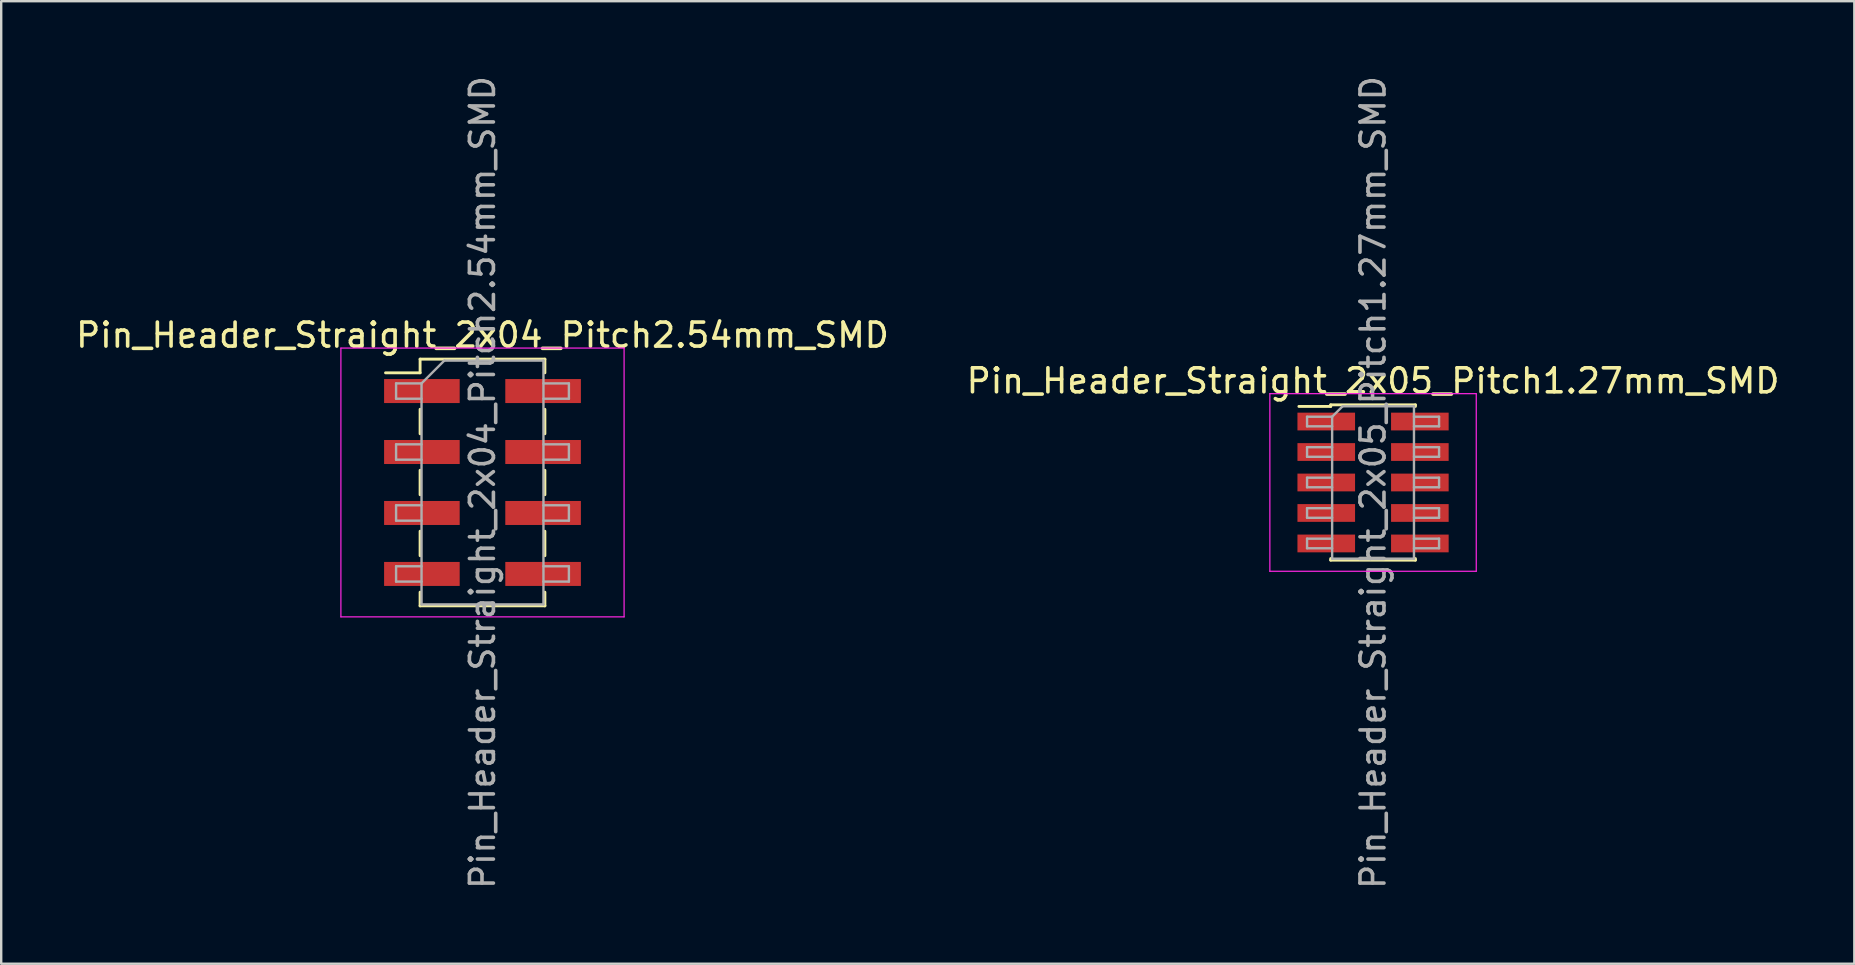
<source format=kicad_pcb>
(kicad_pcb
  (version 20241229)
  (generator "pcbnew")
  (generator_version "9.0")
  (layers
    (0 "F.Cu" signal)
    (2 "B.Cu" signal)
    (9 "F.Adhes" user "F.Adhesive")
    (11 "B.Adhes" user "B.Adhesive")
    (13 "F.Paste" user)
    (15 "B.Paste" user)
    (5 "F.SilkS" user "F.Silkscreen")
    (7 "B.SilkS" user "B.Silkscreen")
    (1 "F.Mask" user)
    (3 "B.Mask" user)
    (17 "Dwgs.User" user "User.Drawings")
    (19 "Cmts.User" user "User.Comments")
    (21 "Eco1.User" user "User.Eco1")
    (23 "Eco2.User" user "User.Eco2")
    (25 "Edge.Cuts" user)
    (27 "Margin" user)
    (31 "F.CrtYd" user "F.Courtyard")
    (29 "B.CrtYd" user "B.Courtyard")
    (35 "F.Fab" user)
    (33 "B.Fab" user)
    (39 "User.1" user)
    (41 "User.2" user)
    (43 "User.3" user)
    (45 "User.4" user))
  (footprint "Pin_Header_Straight_2x04_Pitch2.54mm_SMD"
    (layer "F.Cu")
    (at 17.054 17.054)
    (property "Reference" "Pin_Header_Straight_2x04_Pitch2.54mm_SMD" (at 0 -6.14 0) (layer "F.SilkS") (effects (font (size 1 1) (thickness 0.15))))
    (attr smd)
    (fp_line (start -4.04 -4.57) (end -2.6 -4.57) (stroke (width 0.12) (type solid)) (layer "F.SilkS"))
    (fp_line (start -2.6 -5.14) (end -2.6 -4.57) (stroke (width 0.12) (type solid)) (layer "F.SilkS"))
    (fp_line (start -2.6 -5.14) (end 2.6 -5.14) (stroke (width 0.12) (type solid)) (layer "F.SilkS"))
    (fp_line (start -2.6 -3.05) (end -2.6 -2.03) (stroke (width 0.12) (type solid)) (layer "F.SilkS"))
    (fp_line (start -2.6 -0.51) (end -2.6 0.51) (stroke (width 0.12) (type solid)) (layer "F.SilkS"))
    (fp_line (start -2.6 2.03) (end -2.6 3.05) (stroke (width 0.12) (type solid)) (layer "F.SilkS"))
    (fp_line (start -2.6 4.57) (end -2.6 5.14) (stroke (width 0.12) (type solid)) (layer "F.SilkS"))
    (fp_line (start -2.6 5.14) (end 2.6 5.14) (stroke (width 0.12) (type solid)) (layer "F.SilkS"))
    (fp_line (start 2.6 -5.14) (end 2.6 -4.57) (stroke (width 0.12) (type solid)) (layer "F.SilkS"))
    (fp_line (start 2.6 -3.05) (end 2.6 -2.03) (stroke (width 0.12) (type solid)) (layer "F.SilkS"))
    (fp_line (start 2.6 -0.51) (end 2.6 0.51) (stroke (width 0.12) (type solid)) (layer "F.SilkS"))
    (fp_line (start 2.6 2.03) (end 2.6 3.05) (stroke (width 0.12) (type solid)) (layer "F.SilkS"))
    (fp_line (start 2.6 4.57) (end 2.6 5.14) (stroke (width 0.12) (type solid)) (layer "F.SilkS"))
    (fp_line (start -5.9 -5.6) (end -5.9 5.6) (stroke (width 0.05) (type solid)) (layer "F.CrtYd"))
    (fp_line (start -5.9 5.6) (end 5.9 5.6) (stroke (width 0.05) (type solid)) (layer "F.CrtYd"))
    (fp_line (start 5.9 -5.6) (end -5.9 -5.6) (stroke (width 0.05) (type solid)) (layer "F.CrtYd"))
    (fp_line (start 5.9 5.6) (end 5.9 -5.6) (stroke (width 0.05) (type solid)) (layer "F.CrtYd"))
    (fp_line (start -3.6 -4.13) (end -3.6 -3.49) (stroke (width 0.1) (type solid)) (layer "F.Fab"))
    (fp_line (start -3.6 -3.49) (end -2.54 -3.49) (stroke (width 0.1) (type solid)) (layer "F.Fab"))
    (fp_line (start -3.6 -1.59) (end -3.6 -0.95) (stroke (width 0.1) (type solid)) (layer "F.Fab"))
    (fp_line (start -3.6 -0.95) (end -2.54 -0.95) (stroke (width 0.1) (type solid)) (layer "F.Fab"))
    (fp_line (start -3.6 0.95) (end -3.6 1.59) (stroke (width 0.1) (type solid)) (layer "F.Fab"))
    (fp_line (start -3.6 1.59) (end -2.54 1.59) (stroke (width 0.1) (type solid)) (layer "F.Fab"))
    (fp_line (start -3.6 3.49) (end -3.6 4.13) (stroke (width 0.1) (type solid)) (layer "F.Fab"))
    (fp_line (start -3.6 4.13) (end -2.54 4.13) (stroke (width 0.1) (type solid)) (layer "F.Fab"))
    (fp_line (start -2.54 -4.13) (end -3.6 -4.13) (stroke (width 0.1) (type solid)) (layer "F.Fab"))
    (fp_line (start -2.54 -4.13) (end -1.59 -5.08) (stroke (width 0.1) (type solid)) (layer "F.Fab"))
    (fp_line (start -2.54 -1.59) (end -3.6 -1.59) (stroke (width 0.1) (type solid)) (layer "F.Fab"))
    (fp_line (start -2.54 0.95) (end -3.6 0.95) (stroke (width 0.1) (type solid)) (layer "F.Fab"))
    (fp_line (start -2.54 3.49) (end -3.6 3.49) (stroke (width 0.1) (type solid)) (layer "F.Fab"))
    (fp_line (start -2.54 5.08) (end -2.54 -4.13) (stroke (width 0.1) (type solid)) (layer "F.Fab"))
    (fp_line (start -1.59 -5.08) (end 2.54 -5.08) (stroke (width 0.1) (type solid)) (layer "F.Fab"))
    (fp_line (start 2.54 -5.08) (end 2.54 5.08) (stroke (width 0.1) (type solid)) (layer "F.Fab"))
    (fp_line (start 2.54 -4.13) (end 3.6 -4.13) (stroke (width 0.1) (type solid)) (layer "F.Fab"))
    (fp_line (start 2.54 -1.59) (end 3.6 -1.59) (stroke (width 0.1) (type solid)) (layer "F.Fab"))
    (fp_line (start 2.54 0.95) (end 3.6 0.95) (stroke (width 0.1) (type solid)) (layer "F.Fab"))
    (fp_line (start 2.54 3.49) (end 3.6 3.49) (stroke (width 0.1) (type solid)) (layer "F.Fab"))
    (fp_line (start 2.54 5.08) (end -2.54 5.08) (stroke (width 0.1) (type solid)) (layer "F.Fab"))
    (fp_line (start 3.6 -4.13) (end 3.6 -3.49) (stroke (width 0.1) (type solid)) (layer "F.Fab"))
    (fp_line (start 3.6 -3.49) (end 2.54 -3.49) (stroke (width 0.1) (type solid)) (layer "F.Fab"))
    (fp_line (start 3.6 -1.59) (end 3.6 -0.95) (stroke (width 0.1) (type solid)) (layer "F.Fab"))
    (fp_line (start 3.6 -0.95) (end 2.54 -0.95) (stroke (width 0.1) (type solid)) (layer "F.Fab"))
    (fp_line (start 3.6 0.95) (end 3.6 1.59) (stroke (width 0.1) (type solid)) (layer "F.Fab"))
    (fp_line (start 3.6 1.59) (end 2.54 1.59) (stroke (width 0.1) (type solid)) (layer "F.Fab"))
    (fp_line (start 3.6 3.49) (end 3.6 4.13) (stroke (width 0.1) (type solid)) (layer "F.Fab"))
    (fp_line (start 3.6 4.13) (end 2.54 4.13) (stroke (width 0.1) (type solid)) (layer "F.Fab"))
    (fp_text user "${REFERENCE}" (at 0 0 90) (layer "F.Fab") (effects (font (size 1 1) (thickness 0.15))))
    (pad "1" smd rect (at -2.525 -3.81) (size 3.15 1) (layers "F.Cu" "F.Mask" "F.Paste"))
    (pad "2" smd rect (at 2.525 -3.81) (size 3.15 1) (layers "F.Cu" "F.Mask" "F.Paste"))
    (pad "3" smd rect (at -2.525 -1.27) (size 3.15 1) (layers "F.Cu" "F.Mask" "F.Paste"))
    (pad "4" smd rect (at 2.525 -1.27) (size 3.15 1) (layers "F.Cu" "F.Mask" "F.Paste"))
    (pad "5" smd rect (at -2.525 1.27) (size 3.15 1) (layers "F.Cu" "F.Mask" "F.Paste"))
    (pad "6" smd rect (at 2.525 1.27) (size 3.15 1) (layers "F.Cu" "F.Mask" "F.Paste"))
    (pad "7" smd rect (at -2.525 3.81) (size 3.15 1) (layers "F.Cu" "F.Mask" "F.Paste"))
    (pad "8" smd rect (at 2.525 3.81) (size 3.15 1) (layers "F.Cu" "F.Mask" "F.Paste")))
  (footprint "Pin_Header_Straight_2x05_Pitch1.27mm_SMD"
    (layer "F.Cu")
    (at 54.161 17.054)
    (property "Reference" "Pin_Header_Straight_2x05_Pitch1.27mm_SMD" (at 0 -4.235 0) (layer "F.SilkS") (effects (font (size 1 1) (thickness 0.15))))
    (attr smd)
    (fp_line (start -3.09 -3.17) (end -1.765 -3.17) (stroke (width 0.12) (type solid)) (layer "F.SilkS"))
    (fp_line (start -1.765 -3.235) (end -1.765 -3.17) (stroke (width 0.12) (type solid)) (layer "F.SilkS"))
    (fp_line (start -1.765 -3.235) (end 1.765 -3.235) (stroke (width 0.12) (type solid)) (layer "F.SilkS"))
    (fp_line (start -1.765 3.17) (end -1.765 3.235) (stroke (width 0.12) (type solid)) (layer "F.SilkS"))
    (fp_line (start -1.765 3.235) (end 1.765 3.235) (stroke (width 0.12) (type solid)) (layer "F.SilkS"))
    (fp_line (start 1.765 -3.235) (end 1.765 -3.17) (stroke (width 0.12) (type solid)) (layer "F.SilkS"))
    (fp_line (start 1.765 3.17) (end 1.765 3.235) (stroke (width 0.12) (type solid)) (layer "F.SilkS"))
    (fp_line (start -4.3 -3.7) (end -4.3 3.7) (stroke (width 0.05) (type solid)) (layer "F.CrtYd"))
    (fp_line (start -4.3 3.7) (end 4.3 3.7) (stroke (width 0.05) (type solid)) (layer "F.CrtYd"))
    (fp_line (start 4.3 -3.7) (end -4.3 -3.7) (stroke (width 0.05) (type solid)) (layer "F.CrtYd"))
    (fp_line (start 4.3 3.7) (end 4.3 -3.7) (stroke (width 0.05) (type solid)) (layer "F.CrtYd"))
    (fp_line (start -2.75 -2.74) (end -2.75 -2.34) (stroke (width 0.1) (type solid)) (layer "F.Fab"))
    (fp_line (start -2.75 -2.34) (end -1.705 -2.34) (stroke (width 0.1) (type solid)) (layer "F.Fab"))
    (fp_line (start -2.75 -1.47) (end -2.75 -1.07) (stroke (width 0.1) (type solid)) (layer "F.Fab"))
    (fp_line (start -2.75 -1.07) (end -1.705 -1.07) (stroke (width 0.1) (type solid)) (layer "F.Fab"))
    (fp_line (start -2.75 -0.2) (end -2.75 0.2) (stroke (width 0.1) (type solid)) (layer "F.Fab"))
    (fp_line (start -2.75 0.2) (end -1.705 0.2) (stroke (width 0.1) (type solid)) (layer "F.Fab"))
    (fp_line (start -2.75 1.07) (end -2.75 1.47) (stroke (width 0.1) (type solid)) (layer "F.Fab"))
    (fp_line (start -2.75 1.47) (end -1.705 1.47) (stroke (width 0.1) (type solid)) (layer "F.Fab"))
    (fp_line (start -2.75 2.34) (end -2.75 2.74) (stroke (width 0.1) (type solid)) (layer "F.Fab"))
    (fp_line (start -2.75 2.74) (end -1.705 2.74) (stroke (width 0.1) (type solid)) (layer "F.Fab"))
    (fp_line (start -1.705 -2.74) (end -2.75 -2.74) (stroke (width 0.1) (type solid)) (layer "F.Fab"))
    (fp_line (start -1.705 -2.74) (end -1.27 -3.175) (stroke (width 0.1) (type solid)) (layer "F.Fab"))
    (fp_line (start -1.705 -1.47) (end -2.75 -1.47) (stroke (width 0.1) (type solid)) (layer "F.Fab"))
    (fp_line (start -1.705 -0.2) (end -2.75 -0.2) (stroke (width 0.1) (type solid)) (layer "F.Fab"))
    (fp_line (start -1.705 1.07) (end -2.75 1.07) (stroke (width 0.1) (type solid)) (layer "F.Fab"))
    (fp_line (start -1.705 2.34) (end -2.75 2.34) (stroke (width 0.1) (type solid)) (layer "F.Fab"))
    (fp_line (start -1.705 3.175) (end -1.705 -2.74) (stroke (width 0.1) (type solid)) (layer "F.Fab"))
    (fp_line (start -1.27 -3.175) (end 1.705 -3.175) (stroke (width 0.1) (type solid)) (layer "F.Fab"))
    (fp_line (start 1.705 -3.175) (end 1.705 3.175) (stroke (width 0.1) (type solid)) (layer "F.Fab"))
    (fp_line (start 1.705 -2.74) (end 2.75 -2.74) (stroke (width 0.1) (type solid)) (layer "F.Fab"))
    (fp_line (start 1.705 -1.47) (end 2.75 -1.47) (stroke (width 0.1) (type solid)) (layer "F.Fab"))
    (fp_line (start 1.705 -0.2) (end 2.75 -0.2) (stroke (width 0.1) (type solid)) (layer "F.Fab"))
    (fp_line (start 1.705 1.07) (end 2.75 1.07) (stroke (width 0.1) (type solid)) (layer "F.Fab"))
    (fp_line (start 1.705 2.34) (end 2.75 2.34) (stroke (width 0.1) (type solid)) (layer "F.Fab"))
    (fp_line (start 1.705 3.175) (end -1.705 3.175) (stroke (width 0.1) (type solid)) (layer "F.Fab"))
    (fp_line (start 2.75 -2.74) (end 2.75 -2.34) (stroke (width 0.1) (type solid)) (layer "F.Fab"))
    (fp_line (start 2.75 -2.34) (end 1.705 -2.34) (stroke (width 0.1) (type solid)) (layer "F.Fab"))
    (fp_line (start 2.75 -1.47) (end 2.75 -1.07) (stroke (width 0.1) (type solid)) (layer "F.Fab"))
    (fp_line (start 2.75 -1.07) (end 1.705 -1.07) (stroke (width 0.1) (type solid)) (layer "F.Fab"))
    (fp_line (start 2.75 -0.2) (end 2.75 0.2) (stroke (width 0.1) (type solid)) (layer "F.Fab"))
    (fp_line (start 2.75 0.2) (end 1.705 0.2) (stroke (width 0.1) (type solid)) (layer "F.Fab"))
    (fp_line (start 2.75 1.07) (end 2.75 1.47) (stroke (width 0.1) (type solid)) (layer "F.Fab"))
    (fp_line (start 2.75 1.47) (end 1.705 1.47) (stroke (width 0.1) (type solid)) (layer "F.Fab"))
    (fp_line (start 2.75 2.34) (end 2.75 2.74) (stroke (width 0.1) (type solid)) (layer "F.Fab"))
    (fp_line (start 2.75 2.74) (end 1.705 2.74) (stroke (width 0.1) (type solid)) (layer "F.Fab"))
    (fp_text user "${REFERENCE}" (at 0 0 90) (layer "F.Fab") (effects (font (size 1 1) (thickness 0.15))))
    (pad "1" smd rect (at -1.95 -2.54) (size 2.4 0.74) (layers "F.Cu" "F.Mask" "F.Paste"))
    (pad "2" smd rect (at 1.95 -2.54) (size 2.4 0.74) (layers "F.Cu" "F.Mask" "F.Paste"))
    (pad "3" smd rect (at -1.95 -1.27) (size 2.4 0.74) (layers "F.Cu" "F.Mask" "F.Paste"))
    (pad "4" smd rect (at 1.95 -1.27) (size 2.4 0.74) (layers "F.Cu" "F.Mask" "F.Paste"))
    (pad "5" smd rect (at -1.95 0) (size 2.4 0.74) (layers "F.Cu" "F.Mask" "F.Paste"))
    (pad "6" smd rect (at 1.95 0) (size 2.4 0.74) (layers "F.Cu" "F.Mask" "F.Paste"))
    (pad "7" smd rect (at -1.95 1.27) (size 2.4 0.74) (layers "F.Cu" "F.Mask" "F.Paste"))
    (pad "8" smd rect (at 1.95 1.27) (size 2.4 0.74) (layers "F.Cu" "F.Mask" "F.Paste"))
    (pad "9" smd rect (at -1.95 2.54) (size 2.4 0.74) (layers "F.Cu" "F.Mask" "F.Paste"))
    (pad "10" smd rect (at 1.95 2.54) (size 2.4 0.74) (layers "F.Cu" "F.Mask" "F.Paste")))
  (gr_rect
    (start -3 -3)
    (end 74.214 37.107)
    (stroke (width 0.1) (type default))
    (fill no)
    (layer "Edge.Cuts")))
</source>
